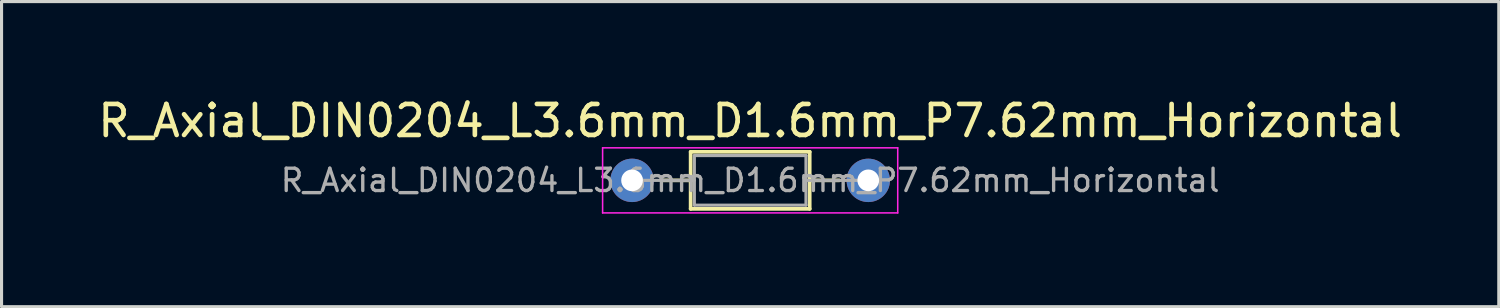
<source format=kicad_pcb>
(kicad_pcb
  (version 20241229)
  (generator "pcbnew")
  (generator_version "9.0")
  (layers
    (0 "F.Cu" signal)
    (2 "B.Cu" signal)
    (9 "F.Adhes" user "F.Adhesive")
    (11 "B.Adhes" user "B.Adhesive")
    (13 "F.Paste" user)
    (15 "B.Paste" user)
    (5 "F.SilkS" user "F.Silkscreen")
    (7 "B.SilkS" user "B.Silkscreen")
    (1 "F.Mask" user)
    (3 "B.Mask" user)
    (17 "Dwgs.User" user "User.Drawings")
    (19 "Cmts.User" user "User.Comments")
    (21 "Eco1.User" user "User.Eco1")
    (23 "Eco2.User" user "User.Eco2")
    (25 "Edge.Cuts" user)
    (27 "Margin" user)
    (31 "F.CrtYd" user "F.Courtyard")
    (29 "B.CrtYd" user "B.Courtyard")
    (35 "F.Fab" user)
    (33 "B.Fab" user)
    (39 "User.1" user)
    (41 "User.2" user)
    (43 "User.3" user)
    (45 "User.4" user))
  (footprint "R_Axial_DIN0204_L3.6mm_D1.6mm_P7.62mm_Horizontal"
    (layer "F.Cu")
    (at 17.339 2.768)
    (property "Reference" "R_Axial_DIN0204_L3.6mm_D1.6mm_P7.62mm_Horizontal" (at 3.81 -1.92 0) (layer "F.SilkS") (effects (font (size 1 1) (thickness 0.15))))
    (attr through_hole)
    (fp_line (start 0.94 0) (end 1.89 0) (stroke (width 0.12) (type solid)) (layer "F.SilkS"))
    (fp_line (start 1.89 -0.92) (end 1.89 0.92) (stroke (width 0.12) (type solid)) (layer "F.SilkS"))
    (fp_line (start 1.89 0.92) (end 5.73 0.92) (stroke (width 0.12) (type solid)) (layer "F.SilkS"))
    (fp_line (start 5.73 -0.92) (end 1.89 -0.92) (stroke (width 0.12) (type solid)) (layer "F.SilkS"))
    (fp_line (start 5.73 0.92) (end 5.73 -0.92) (stroke (width 0.12) (type solid)) (layer "F.SilkS"))
    (fp_line (start 6.68 0) (end 5.73 0) (stroke (width 0.12) (type solid)) (layer "F.SilkS"))
    (fp_line (start -0.95 -1.05) (end -0.95 1.05) (stroke (width 0.05) (type solid)) (layer "F.CrtYd"))
    (fp_line (start -0.95 1.05) (end 8.57 1.05) (stroke (width 0.05) (type solid)) (layer "F.CrtYd"))
    (fp_line (start 8.57 -1.05) (end -0.95 -1.05) (stroke (width 0.05) (type solid)) (layer "F.CrtYd"))
    (fp_line (start 8.57 1.05) (end 8.57 -1.05) (stroke (width 0.05) (type solid)) (layer "F.CrtYd"))
    (fp_line (start 0 0) (end 2.01 0) (stroke (width 0.1) (type solid)) (layer "F.Fab"))
    (fp_line (start 2.01 -0.8) (end 2.01 0.8) (stroke (width 0.1) (type solid)) (layer "F.Fab"))
    (fp_line (start 2.01 0.8) (end 5.61 0.8) (stroke (width 0.1) (type solid)) (layer "F.Fab"))
    (fp_line (start 5.61 -0.8) (end 2.01 -0.8) (stroke (width 0.1) (type solid)) (layer "F.Fab"))
    (fp_line (start 5.61 0.8) (end 5.61 -0.8) (stroke (width 0.1) (type solid)) (layer "F.Fab"))
    (fp_line (start 7.62 0) (end 5.61 0) (stroke (width 0.1) (type solid)) (layer "F.Fab"))
    (fp_text user "${REFERENCE}" (at 3.81 0 0) (layer "F.Fab") (effects (font (size 0.72 0.72) (thickness 0.108))))
    (pad "1" thru_hole circle (at 0 0) (size 1.4 1.4) (drill 0.7) (layers "*.Cu" "*.Mask"))
    (pad "2" thru_hole oval (at 7.62 0) (size 1.4 1.4) (drill 0.7) (layers "*.Cu" "*.Mask")))
  (gr_rect
    (start -3 -3)
    (end 45.298 6.843)
    (stroke (width 0.1) (type default))
    (fill no)
    (layer "Edge.Cuts")))
</source>
